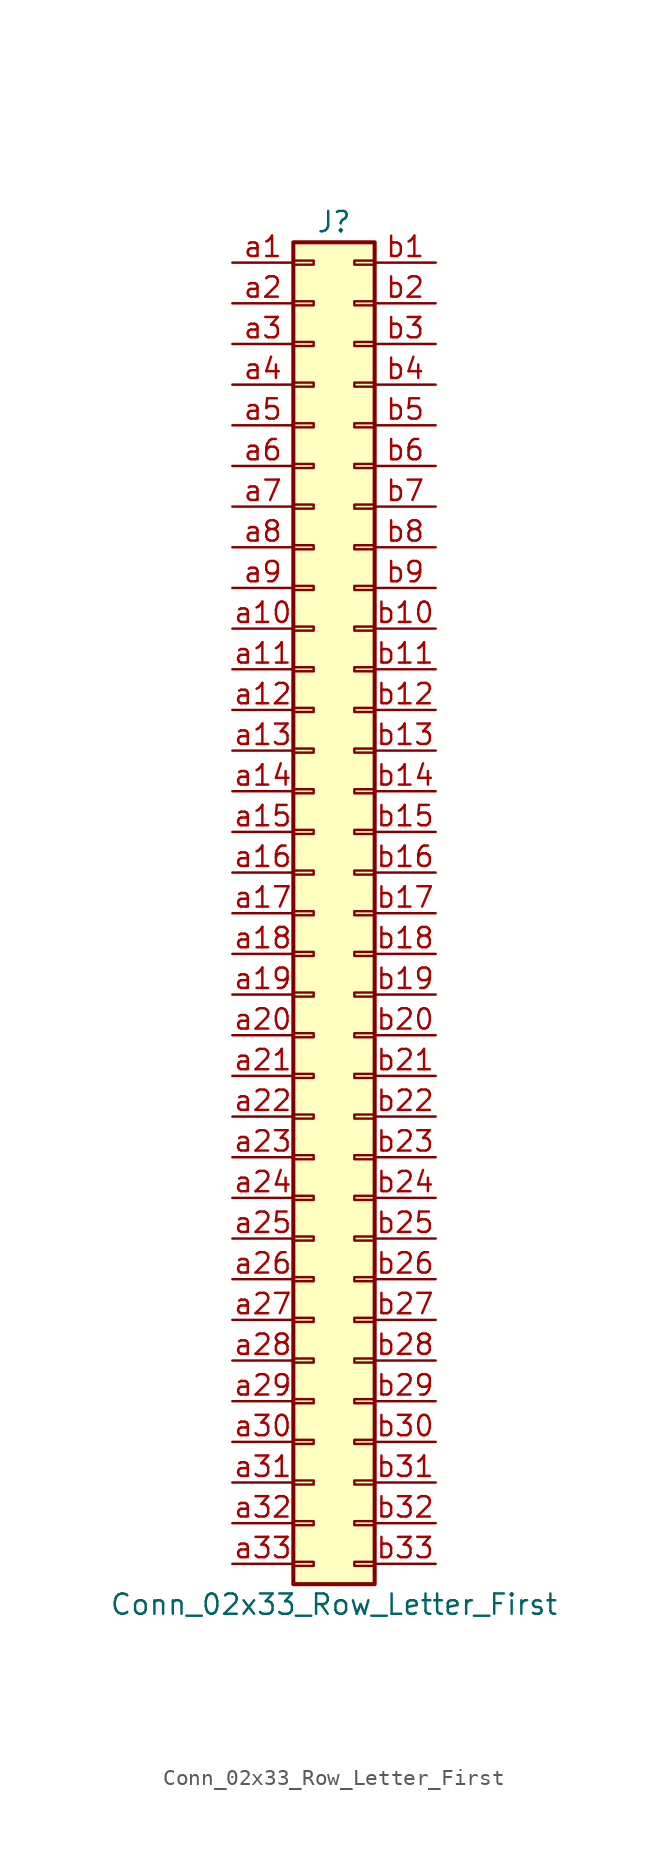
<source format=kicad_sym>
(kicad_symbol_lib
  (version 20211014)
  (generator kicad_symbol_editor)
  (symbol "Conn_02x33_Row_Letter_First"
    (pin_names
      (offset 1.016) hide)
    (property "Reference" "J"
      (at 1.27 43.18 0)
      (effects (font (size 1.27 1.27))))
    (property "Value" "Conn_02x33_Row_Letter_First"
      (at 1.27 -43.18 0)
      (effects (font (size 1.27 1.27))))
    (symbol "Conn_02x33_Row_Letter_First_1_1"
      (rectangle (start -1.27 -40.513) (end 0 -40.767) (stroke (width 0.152) (type default) (color 0 0 0 0)) (fill (type none)))
      (rectangle (start -1.27 -37.973) (end 0 -38.227) (stroke (width 0.152) (type default) (color 0 0 0 0)) (fill (type none)))
      (rectangle (start -1.27 -35.433) (end 0 -35.687) (stroke (width 0.152) (type default) (color 0 0 0 0)) (fill (type none)))
      (rectangle (start -1.27 -32.893) (end 0 -33.147) (stroke (width 0.152) (type default) (color 0 0 0 0)) (fill (type none)))
      (rectangle (start -1.27 -30.353) (end 0 -30.607) (stroke (width 0.152) (type default) (color 0 0 0 0)) (fill (type none)))
      (rectangle (start -1.27 -27.813) (end 0 -28.067) (stroke (width 0.152) (type default) (color 0 0 0 0)) (fill (type none)))
      (rectangle (start -1.27 -25.273) (end 0 -25.527) (stroke (width 0.152) (type default) (color 0 0 0 0)) (fill (type none)))
      (rectangle (start -1.27 -22.733) (end 0 -22.987) (stroke (width 0.152) (type default) (color 0 0 0 0)) (fill (type none)))
      (rectangle (start -1.27 -20.193) (end 0 -20.447) (stroke (width 0.152) (type default) (color 0 0 0 0)) (fill (type none)))
      (rectangle (start -1.27 -17.653) (end 0 -17.907) (stroke (width 0.152) (type default) (color 0 0 0 0)) (fill (type none)))
      (rectangle (start -1.27 -15.113) (end 0 -15.367) (stroke (width 0.152) (type default) (color 0 0 0 0)) (fill (type none)))
      (rectangle (start -1.27 -12.573) (end 0 -12.827) (stroke (width 0.152) (type default) (color 0 0 0 0)) (fill (type none)))
      (rectangle (start -1.27 -10.033) (end 0 -10.287) (stroke (width 0.152) (type default) (color 0 0 0 0)) (fill (type none)))
      (rectangle (start -1.27 -7.493) (end 0 -7.747) (stroke (width 0.152) (type default) (color 0 0 0 0)) (fill (type none)))
      (rectangle (start -1.27 -4.953) (end 0 -5.207) (stroke (width 0.152) (type default) (color 0 0 0 0)) (fill (type none)))
      (rectangle (start -1.27 -2.413) (end 0 -2.667) (stroke (width 0.152) (type default) (color 0 0 0 0)) (fill (type none)))
      (rectangle (start -1.27 0.127) (end 0 -0.127) (stroke (width 0.152) (type default) (color 0 0 0 0)) (fill (type none)))
      (rectangle (start -1.27 2.667) (end 0 2.413) (stroke (width 0.152) (type default) (color 0 0 0 0)) (fill (type none)))
      (rectangle (start -1.27 5.207) (end 0 4.953) (stroke (width 0.152) (type default) (color 0 0 0 0)) (fill (type none)))
      (rectangle (start -1.27 7.747) (end 0 7.493) (stroke (width 0.152) (type default) (color 0 0 0 0)) (fill (type none)))
      (rectangle (start -1.27 10.287) (end 0 10.033) (stroke (width 0.152) (type default) (color 0 0 0 0)) (fill (type none)))
      (rectangle (start -1.27 12.827) (end 0 12.573) (stroke (width 0.152) (type default) (color 0 0 0 0)) (fill (type none)))
      (rectangle (start -1.27 15.367) (end 0 15.113) (stroke (width 0.152) (type default) (color 0 0 0 0)) (fill (type none)))
      (rectangle (start -1.27 17.907) (end 0 17.653) (stroke (width 0.152) (type default) (color 0 0 0 0)) (fill (type none)))
      (rectangle (start -1.27 20.447) (end 0 20.193) (stroke (width 0.152) (type default) (color 0 0 0 0)) (fill (type none)))
      (rectangle (start -1.27 22.987) (end 0 22.733) (stroke (width 0.152) (type default) (color 0 0 0 0)) (fill (type none)))
      (rectangle (start -1.27 25.527) (end 0 25.273) (stroke (width 0.152) (type default) (color 0 0 0 0)) (fill (type none)))
      (rectangle (start -1.27 28.067) (end 0 27.813) (stroke (width 0.152) (type default) (color 0 0 0 0)) (fill (type none)))
      (rectangle (start -1.27 30.607) (end 0 30.353) (stroke (width 0.152) (type default) (color 0 0 0 0)) (fill (type none)))
      (rectangle (start -1.27 33.147) (end 0 32.893) (stroke (width 0.152) (type default) (color 0 0 0 0)) (fill (type none)))
      (rectangle (start -1.27 35.687) (end 0 35.433) (stroke (width 0.152) (type default) (color 0 0 0 0)) (fill (type none)))
      (rectangle (start -1.27 38.227) (end 0 37.973) (stroke (width 0.152) (type default) (color 0 0 0 0)) (fill (type none)))
      (rectangle (start -1.27 40.767) (end 0 40.513) (stroke (width 0.152) (type default) (color 0 0 0 0)) (fill (type none)))
      (rectangle (start -1.27 41.91) (end 3.81 -41.91) (stroke (width 0.254) (type default) (color 0 0 0 0)) (fill (type background)))
      (rectangle (start 3.81 -40.513) (end 2.54 -40.767) (stroke (width 0.152) (type default) (color 0 0 0 0)) (fill (type none)))
      (rectangle (start 3.81 -37.973) (end 2.54 -38.227) (stroke (width 0.152) (type default) (color 0 0 0 0)) (fill (type none)))
      (rectangle (start 3.81 -35.433) (end 2.54 -35.687) (stroke (width 0.152) (type default) (color 0 0 0 0)) (fill (type none)))
      (rectangle (start 3.81 -32.893) (end 2.54 -33.147) (stroke (width 0.152) (type default) (color 0 0 0 0)) (fill (type none)))
      (rectangle (start 3.81 -30.353) (end 2.54 -30.607) (stroke (width 0.152) (type default) (color 0 0 0 0)) (fill (type none)))
      (rectangle (start 3.81 -27.813) (end 2.54 -28.067) (stroke (width 0.152) (type default) (color 0 0 0 0)) (fill (type none)))
      (rectangle (start 3.81 -25.273) (end 2.54 -25.527) (stroke (width 0.152) (type default) (color 0 0 0 0)) (fill (type none)))
      (rectangle (start 3.81 -22.733) (end 2.54 -22.987) (stroke (width 0.152) (type default) (color 0 0 0 0)) (fill (type none)))
      (rectangle (start 3.81 -20.193) (end 2.54 -20.447) (stroke (width 0.152) (type default) (color 0 0 0 0)) (fill (type none)))
      (rectangle (start 3.81 -17.653) (end 2.54 -17.907) (stroke (width 0.152) (type default) (color 0 0 0 0)) (fill (type none)))
      (rectangle (start 3.81 -15.113) (end 2.54 -15.367) (stroke (width 0.152) (type default) (color 0 0 0 0)) (fill (type none)))
      (rectangle (start 3.81 -12.573) (end 2.54 -12.827) (stroke (width 0.152) (type default) (color 0 0 0 0)) (fill (type none)))
      (rectangle (start 3.81 -10.033) (end 2.54 -10.287) (stroke (width 0.152) (type default) (color 0 0 0 0)) (fill (type none)))
      (rectangle (start 3.81 -7.493) (end 2.54 -7.747) (stroke (width 0.152) (type default) (color 0 0 0 0)) (fill (type none)))
      (rectangle (start 3.81 -4.953) (end 2.54 -5.207) (stroke (width 0.152) (type default) (color 0 0 0 0)) (fill (type none)))
      (rectangle (start 3.81 -2.413) (end 2.54 -2.667) (stroke (width 0.152) (type default) (color 0 0 0 0)) (fill (type none)))
      (rectangle (start 3.81 0.127) (end 2.54 -0.127) (stroke (width 0.152) (type default) (color 0 0 0 0)) (fill (type none)))
      (rectangle (start 3.81 2.667) (end 2.54 2.413) (stroke (width 0.152) (type default) (color 0 0 0 0)) (fill (type none)))
      (rectangle (start 3.81 5.207) (end 2.54 4.953) (stroke (width 0.152) (type default) (color 0 0 0 0)) (fill (type none)))
      (rectangle (start 3.81 7.747) (end 2.54 7.493) (stroke (width 0.152) (type default) (color 0 0 0 0)) (fill (type none)))
      (rectangle (start 3.81 10.287) (end 2.54 10.033) (stroke (width 0.152) (type default) (color 0 0 0 0)) (fill (type none)))
      (rectangle (start 3.81 12.827) (end 2.54 12.573) (stroke (width 0.152) (type default) (color 0 0 0 0)) (fill (type none)))
      (rectangle (start 3.81 15.367) (end 2.54 15.113) (stroke (width 0.152) (type default) (color 0 0 0 0)) (fill (type none)))
      (rectangle (start 3.81 17.907) (end 2.54 17.653) (stroke (width 0.152) (type default) (color 0 0 0 0)) (fill (type none)))
      (rectangle (start 3.81 20.447) (end 2.54 20.193) (stroke (width 0.152) (type default) (color 0 0 0 0)) (fill (type none)))
      (rectangle (start 3.81 22.987) (end 2.54 22.733) (stroke (width 0.152) (type default) (color 0 0 0 0)) (fill (type none)))
      (rectangle (start 3.81 25.527) (end 2.54 25.273) (stroke (width 0.152) (type default) (color 0 0 0 0)) (fill (type none)))
      (rectangle (start 3.81 28.067) (end 2.54 27.813) (stroke (width 0.152) (type default) (color 0 0 0 0)) (fill (type none)))
      (rectangle (start 3.81 30.607) (end 2.54 30.353) (stroke (width 0.152) (type default) (color 0 0 0 0)) (fill (type none)))
      (rectangle (start 3.81 33.147) (end 2.54 32.893) (stroke (width 0.152) (type default) (color 0 0 0 0)) (fill (type none)))
      (rectangle (start 3.81 35.687) (end 2.54 35.433) (stroke (width 0.152) (type default) (color 0 0 0 0)) (fill (type none)))
      (rectangle (start 3.81 38.227) (end 2.54 37.973) (stroke (width 0.152) (type default) (color 0 0 0 0)) (fill (type none)))
      (rectangle (start 3.81 40.767) (end 2.54 40.513) (stroke (width 0.152) (type default) (color 0 0 0 0)) (fill (type none)))
      (pin passive line (at -5.08 40.64 0) (length 3.81) (name "Pin_a1" (effects (font (size 1.27 1.27)))) (number "a1" (effects (font (size 1.27 1.27)))))
      (pin passive line (at -5.08 17.78 0) (length 3.81) (name "Pin_a10" (effects (font (size 1.27 1.27)))) (number "a10" (effects (font (size 1.27 1.27)))))
      (pin passive line (at -5.08 15.24 0) (length 3.81) (name "Pin_a11" (effects (font (size 1.27 1.27)))) (number "a11" (effects (font (size 1.27 1.27)))))
      (pin passive line (at -5.08 12.7 0) (length 3.81) (name "Pin_a12" (effects (font (size 1.27 1.27)))) (number "a12" (effects (font (size 1.27 1.27)))))
      (pin passive line (at -5.08 10.16 0) (length 3.81) (name "Pin_a13" (effects (font (size 1.27 1.27)))) (number "a13" (effects (font (size 1.27 1.27)))))
      (pin passive line (at -5.08 7.62 0) (length 3.81) (name "Pin_a14" (effects (font (size 1.27 1.27)))) (number "a14" (effects (font (size 1.27 1.27)))))
      (pin passive line (at -5.08 5.08 0) (length 3.81) (name "Pin_a15" (effects (font (size 1.27 1.27)))) (number "a15" (effects (font (size 1.27 1.27)))))
      (pin passive line (at -5.08 2.54 0) (length 3.81) (name "Pin_a16" (effects (font (size 1.27 1.27)))) (number "a16" (effects (font (size 1.27 1.27)))))
      (pin passive line (at -5.08 0 0) (length 3.81) (name "Pin_a17" (effects (font (size 1.27 1.27)))) (number "a17" (effects (font (size 1.27 1.27)))))
      (pin passive line (at -5.08 -2.54 0) (length 3.81) (name "Pin_a18" (effects (font (size 1.27 1.27)))) (number "a18" (effects (font (size 1.27 1.27)))))
      (pin passive line (at -5.08 -5.08 0) (length 3.81) (name "Pin_a19" (effects (font (size 1.27 1.27)))) (number "a19" (effects (font (size 1.27 1.27)))))
      (pin passive line (at -5.08 38.1 0) (length 3.81) (name "Pin_a2" (effects (font (size 1.27 1.27)))) (number "a2" (effects (font (size 1.27 1.27)))))
      (pin passive line (at -5.08 -7.62 0) (length 3.81) (name "Pin_a20" (effects (font (size 1.27 1.27)))) (number "a20" (effects (font (size 1.27 1.27)))))
      (pin passive line (at -5.08 -10.16 0) (length 3.81) (name "Pin_a21" (effects (font (size 1.27 1.27)))) (number "a21" (effects (font (size 1.27 1.27)))))
      (pin passive line (at -5.08 -12.7 0) (length 3.81) (name "Pin_a22" (effects (font (size 1.27 1.27)))) (number "a22" (effects (font (size 1.27 1.27)))))
      (pin passive line (at -5.08 -15.24 0) (length 3.81) (name "Pin_a23" (effects (font (size 1.27 1.27)))) (number "a23" (effects (font (size 1.27 1.27)))))
      (pin passive line (at -5.08 -17.78 0) (length 3.81) (name "Pin_a24" (effects (font (size 1.27 1.27)))) (number "a24" (effects (font (size 1.27 1.27)))))
      (pin passive line (at -5.08 -20.32 0) (length 3.81) (name "Pin_a25" (effects (font (size 1.27 1.27)))) (number "a25" (effects (font (size 1.27 1.27)))))
      (pin passive line (at -5.08 -22.86 0) (length 3.81) (name "Pin_a26" (effects (font (size 1.27 1.27)))) (number "a26" (effects (font (size 1.27 1.27)))))
      (pin passive line (at -5.08 -25.4 0) (length 3.81) (name "Pin_a27" (effects (font (size 1.27 1.27)))) (number "a27" (effects (font (size 1.27 1.27)))))
      (pin passive line (at -5.08 -27.94 0) (length 3.81) (name "Pin_a28" (effects (font (size 1.27 1.27)))) (number "a28" (effects (font (size 1.27 1.27)))))
      (pin passive line (at -5.08 -30.48 0) (length 3.81) (name "Pin_a29" (effects (font (size 1.27 1.27)))) (number "a29" (effects (font (size 1.27 1.27)))))
      (pin passive line (at -5.08 35.56 0) (length 3.81) (name "Pin_a3" (effects (font (size 1.27 1.27)))) (number "a3" (effects (font (size 1.27 1.27)))))
      (pin passive line (at -5.08 -33.02 0) (length 3.81) (name "Pin_a30" (effects (font (size 1.27 1.27)))) (number "a30" (effects (font (size 1.27 1.27)))))
      (pin passive line (at -5.08 -35.56 0) (length 3.81) (name "Pin_a31" (effects (font (size 1.27 1.27)))) (number "a31" (effects (font (size 1.27 1.27)))))
      (pin passive line (at -5.08 -38.1 0) (length 3.81) (name "Pin_a32" (effects (font (size 1.27 1.27)))) (number "a32" (effects (font (size 1.27 1.27)))))
      (pin passive line (at -5.08 -40.64 0) (length 3.81) (name "Pin_a33" (effects (font (size 1.27 1.27)))) (number "a33" (effects (font (size 1.27 1.27)))))
      (pin passive line (at -5.08 33.02 0) (length 3.81) (name "Pin_a4" (effects (font (size 1.27 1.27)))) (number "a4" (effects (font (size 1.27 1.27)))))
      (pin passive line (at -5.08 30.48 0) (length 3.81) (name "Pin_a5" (effects (font (size 1.27 1.27)))) (number "a5" (effects (font (size 1.27 1.27)))))
      (pin passive line (at -5.08 27.94 0) (length 3.81) (name "Pin_a6" (effects (font (size 1.27 1.27)))) (number "a6" (effects (font (size 1.27 1.27)))))
      (pin passive line (at -5.08 25.4 0) (length 3.81) (name "Pin_a7" (effects (font (size 1.27 1.27)))) (number "a7" (effects (font (size 1.27 1.27)))))
      (pin passive line (at -5.08 22.86 0) (length 3.81) (name "Pin_a8" (effects (font (size 1.27 1.27)))) (number "a8" (effects (font (size 1.27 1.27)))))
      (pin passive line (at -5.08 20.32 0) (length 3.81) (name "Pin_a9" (effects (font (size 1.27 1.27)))) (number "a9" (effects (font (size 1.27 1.27)))))
      (pin passive line (at 7.62 40.64 180) (length 3.81) (name "Pin_b1" (effects (font (size 1.27 1.27)))) (number "b1" (effects (font (size 1.27 1.27)))))
      (pin passive line (at 7.62 17.78 180) (length 3.81) (name "Pin_b10" (effects (font (size 1.27 1.27)))) (number "b10" (effects (font (size 1.27 1.27)))))
      (pin passive line (at 7.62 15.24 180) (length 3.81) (name "Pin_b11" (effects (font (size 1.27 1.27)))) (number "b11" (effects (font (size 1.27 1.27)))))
      (pin passive line (at 7.62 12.7 180) (length 3.81) (name "Pin_b12" (effects (font (size 1.27 1.27)))) (number "b12" (effects (font (size 1.27 1.27)))))
      (pin passive line (at 7.62 10.16 180) (length 3.81) (name "Pin_b13" (effects (font (size 1.27 1.27)))) (number "b13" (effects (font (size 1.27 1.27)))))
      (pin passive line (at 7.62 7.62 180) (length 3.81) (name "Pin_b14" (effects (font (size 1.27 1.27)))) (number "b14" (effects (font (size 1.27 1.27)))))
      (pin passive line (at 7.62 5.08 180) (length 3.81) (name "Pin_b15" (effects (font (size 1.27 1.27)))) (number "b15" (effects (font (size 1.27 1.27)))))
      (pin passive line (at 7.62 2.54 180) (length 3.81) (name "Pin_b16" (effects (font (size 1.27 1.27)))) (number "b16" (effects (font (size 1.27 1.27)))))
      (pin passive line (at 7.62 0 180) (length 3.81) (name "Pin_b17" (effects (font (size 1.27 1.27)))) (number "b17" (effects (font (size 1.27 1.27)))))
      (pin passive line (at 7.62 -2.54 180) (length 3.81) (name "Pin_b18" (effects (font (size 1.27 1.27)))) (number "b18" (effects (font (size 1.27 1.27)))))
      (pin passive line (at 7.62 -5.08 180) (length 3.81) (name "Pin_b19" (effects (font (size 1.27 1.27)))) (number "b19" (effects (font (size 1.27 1.27)))))
      (pin passive line (at 7.62 38.1 180) (length 3.81) (name "Pin_b2" (effects (font (size 1.27 1.27)))) (number "b2" (effects (font (size 1.27 1.27)))))
      (pin passive line (at 7.62 -7.62 180) (length 3.81) (name "Pin_b20" (effects (font (size 1.27 1.27)))) (number "b20" (effects (font (size 1.27 1.27)))))
      (pin passive line (at 7.62 -10.16 180) (length 3.81) (name "Pin_b21" (effects (font (size 1.27 1.27)))) (number "b21" (effects (font (size 1.27 1.27)))))
      (pin passive line (at 7.62 -12.7 180) (length 3.81) (name "Pin_b22" (effects (font (size 1.27 1.27)))) (number "b22" (effects (font (size 1.27 1.27)))))
      (pin passive line (at 7.62 -15.24 180) (length 3.81) (name "Pin_b23" (effects (font (size 1.27 1.27)))) (number "b23" (effects (font (size 1.27 1.27)))))
      (pin passive line (at 7.62 -17.78 180) (length 3.81) (name "Pin_b24" (effects (font (size 1.27 1.27)))) (number "b24" (effects (font (size 1.27 1.27)))))
      (pin passive line (at 7.62 -20.32 180) (length 3.81) (name "Pin_b25" (effects (font (size 1.27 1.27)))) (number "b25" (effects (font (size 1.27 1.27)))))
      (pin passive line (at 7.62 -22.86 180) (length 3.81) (name "Pin_b26" (effects (font (size 1.27 1.27)))) (number "b26" (effects (font (size 1.27 1.27)))))
      (pin passive line (at 7.62 -25.4 180) (length 3.81) (name "Pin_b27" (effects (font (size 1.27 1.27)))) (number "b27" (effects (font (size 1.27 1.27)))))
      (pin passive line (at 7.62 -27.94 180) (length 3.81) (name "Pin_b28" (effects (font (size 1.27 1.27)))) (number "b28" (effects (font (size 1.27 1.27)))))
      (pin passive line (at 7.62 -30.48 180) (length 3.81) (name "Pin_b29" (effects (font (size 1.27 1.27)))) (number "b29" (effects (font (size 1.27 1.27)))))
      (pin passive line (at 7.62 35.56 180) (length 3.81) (name "Pin_b3" (effects (font (size 1.27 1.27)))) (number "b3" (effects (font (size 1.27 1.27)))))
      (pin passive line (at 7.62 -33.02 180) (length 3.81) (name "Pin_b30" (effects (font (size 1.27 1.27)))) (number "b30" (effects (font (size 1.27 1.27)))))
      (pin passive line (at 7.62 -35.56 180) (length 3.81) (name "Pin_b31" (effects (font (size 1.27 1.27)))) (number "b31" (effects (font (size 1.27 1.27)))))
      (pin passive line (at 7.62 -38.1 180) (length 3.81) (name "Pin_b32" (effects (font (size 1.27 1.27)))) (number "b32" (effects (font (size 1.27 1.27)))))
      (pin passive line (at 7.62 -40.64 180) (length 3.81) (name "Pin_b33" (effects (font (size 1.27 1.27)))) (number "b33" (effects (font (size 1.27 1.27)))))
      (pin passive line (at 7.62 33.02 180) (length 3.81) (name "Pin_b4" (effects (font (size 1.27 1.27)))) (number "b4" (effects (font (size 1.27 1.27)))))
      (pin passive line (at 7.62 30.48 180) (length 3.81) (name "Pin_b5" (effects (font (size 1.27 1.27)))) (number "b5" (effects (font (size 1.27 1.27)))))
      (pin passive line (at 7.62 27.94 180) (length 3.81) (name "Pin_b6" (effects (font (size 1.27 1.27)))) (number "b6" (effects (font (size 1.27 1.27)))))
      (pin passive line (at 7.62 25.4 180) (length 3.81) (name "Pin_b7" (effects (font (size 1.27 1.27)))) (number "b7" (effects (font (size 1.27 1.27)))))
      (pin passive line (at 7.62 22.86 180) (length 3.81) (name "Pin_b8" (effects (font (size 1.27 1.27)))) (number "b8" (effects (font (size 1.27 1.27)))))
      (pin passive line (at 7.62 20.32 180) (length 3.81) (name "Pin_b9" (effects (font (size 1.27 1.27)))) (number "b9" (effects (font (size 1.27 1.27))))))))
</source>
